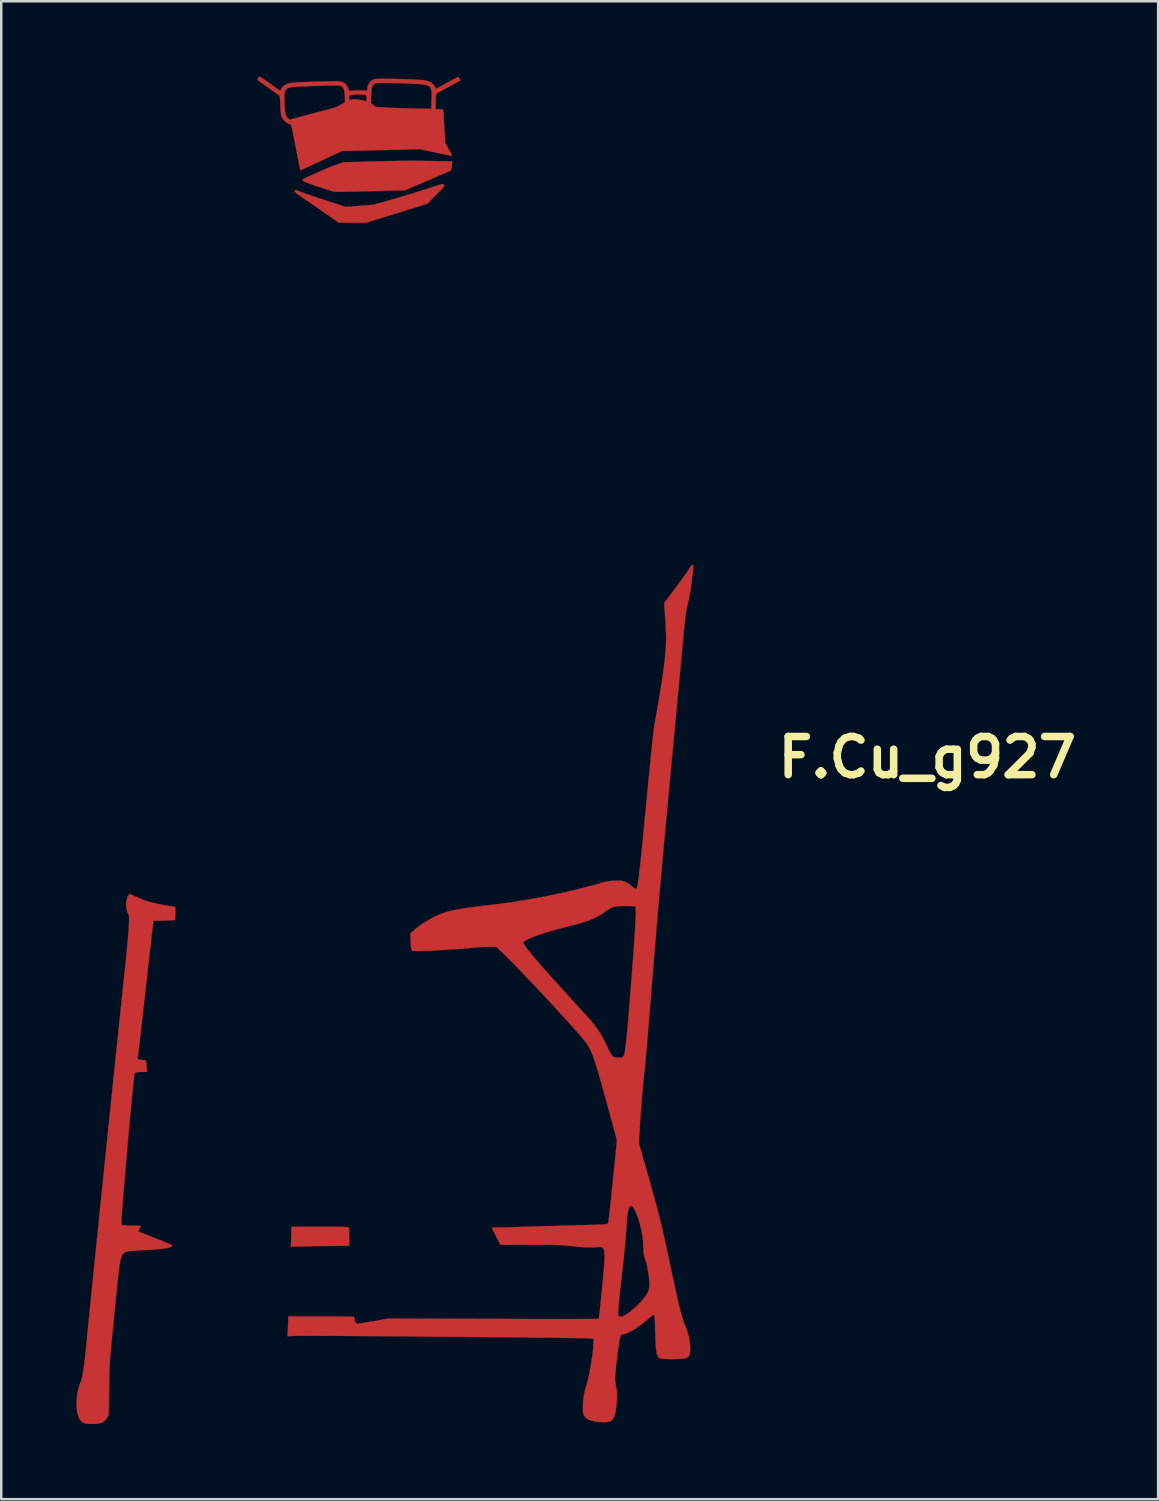
<source format=kicad_pcb>
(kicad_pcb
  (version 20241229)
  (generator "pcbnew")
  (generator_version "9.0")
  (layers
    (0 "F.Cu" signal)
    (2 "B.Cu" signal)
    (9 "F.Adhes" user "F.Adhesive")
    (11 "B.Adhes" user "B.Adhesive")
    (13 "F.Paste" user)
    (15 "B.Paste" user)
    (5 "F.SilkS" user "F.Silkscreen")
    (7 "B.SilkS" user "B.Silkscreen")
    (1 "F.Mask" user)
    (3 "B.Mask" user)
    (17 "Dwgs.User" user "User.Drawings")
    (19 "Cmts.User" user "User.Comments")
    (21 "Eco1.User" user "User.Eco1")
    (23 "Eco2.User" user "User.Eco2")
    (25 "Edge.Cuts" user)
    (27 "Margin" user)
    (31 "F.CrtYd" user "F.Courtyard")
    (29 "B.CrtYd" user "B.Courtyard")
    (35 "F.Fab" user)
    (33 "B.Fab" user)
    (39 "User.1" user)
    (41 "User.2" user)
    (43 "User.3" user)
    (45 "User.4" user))
  (footprint "F.Cu_g927"
    (layer "F.Cu")
    (at 33.957 27.176)
    (property "Reference" "F.Cu_g927" (at 0 0 0) (layer "F.SilkS") (effects (font (size 1.524 1.524) (thickness 0.3))))
    (attr through_hole)
    (fp_poly (pts (xy -23.987 18.733) (xy -23.776 18.733) (xy -23.6 18.734) (xy -23.457 18.735) (xy -23.343 18.737) (xy -23.254 18.739) (xy -23.189 18.742) (xy -23.142 18.746) (xy -23.112 18.751) (xy -23.094 18.757) (xy -23.086 18.764) (xy -23.085 18.766) (xy -23.08 18.798) (xy -23.076 18.864) (xy -23.074 18.956) (xy -23.072 19.068) (xy -23.072 19.147) (xy -23.072 19.494) (xy -23.407 19.494) (xy -23.506 19.495) (xy -23.641 19.496) (xy -23.803 19.498) (xy -23.986 19.5) (xy -24.182 19.502) (xy -24.383 19.505) (xy -24.574 19.509) (xy -25.407 19.523) (xy -25.393 19.376) (xy -25.387 19.293) (xy -25.383 19.183) (xy -25.38 19.064) (xy -25.379 18.981) (xy -25.379 18.733) (xy -24.238 18.733) (xy -23.987 18.733)) (stroke (width 0.01) (type solid)) (fill yes) (layer "F.Cu"))
    (fp_poly (pts (xy -19.316 -22.876) (xy -19.291 -22.846) (xy -19.282 -22.831) (xy -19.281 -22.813) (xy -19.29 -22.79) (xy -19.313 -22.757) (xy -19.353 -22.71) (xy -19.413 -22.646) (xy -19.497 -22.559) (xy -19.605 -22.448) (xy -19.95 -22.096) (xy -22.403 -21.336) (xy -22.944 -21.338) (xy -23.484 -21.339) (xy -24.109 -21.771) (xy -24.267 -21.881) (xy -24.426 -21.99) (xy -24.579 -22.096) (xy -24.721 -22.193) (xy -24.845 -22.278) (xy -24.945 -22.346) (xy -24.992 -22.378) (xy -25.108 -22.459) (xy -25.191 -22.523) (xy -25.239 -22.568) (xy -25.252 -22.591) (xy -25.237 -22.63) (xy -25.193 -22.64) (xy -25.123 -22.62) (xy -25.099 -22.609) (xy -25.023 -22.577) (xy -24.909 -22.533) (xy -24.757 -22.478) (xy -24.569 -22.413) (xy -24.346 -22.339) (xy -24.09 -22.254) (xy -23.806 -22.163) (xy -23.197 -21.967) (xy -22.655 -22.011) (xy -22.114 -22.055) (xy -21.603 -22.194) (xy -21.466 -22.233) (xy -21.297 -22.282) (xy -21.103 -22.339) (xy -20.893 -22.402) (xy -20.675 -22.469) (xy -20.457 -22.536) (xy -20.248 -22.602) (xy -20.225 -22.61) (xy -20.041 -22.668) (xy -19.87 -22.722) (xy -19.716 -22.771) (xy -19.582 -22.813) (xy -19.474 -22.847) (xy -19.394 -22.872) (xy -19.349 -22.886) (xy -19.339 -22.889) (xy -19.316 -22.876)) (stroke (width 0.01) (type solid)) (fill yes) (layer "F.Cu"))
    (fp_poly (pts (xy -20.398 -23.808) (xy -20.104 -23.805) (xy -19.889 -23.802) (xy -18.96 -23.786) (xy -18.974 -23.614) (xy -18.982 -23.533) (xy -18.992 -23.469) (xy -19.001 -23.432) (xy -19.003 -23.429) (xy -19.025 -23.418) (xy -19.082 -23.392) (xy -19.17 -23.353) (xy -19.286 -23.303) (xy -19.424 -23.242) (xy -19.582 -23.174) (xy -19.756 -23.099) (xy -19.928 -23.024) (xy -20.839 -22.634) (xy -21.823 -22.609) (xy -22.143 -22.6) (xy -22.423 -22.593) (xy -22.666 -22.587) (xy -22.875 -22.582) (xy -23.053 -22.578) (xy -23.203 -22.575) (xy -23.326 -22.573) (xy -23.427 -22.571) (xy -23.507 -22.571) (xy -23.569 -22.571) (xy -23.617 -22.572) (xy -23.652 -22.574) (xy -23.678 -22.577) (xy -23.698 -22.581) (xy -23.714 -22.585) (xy -23.728 -22.59) (xy -23.738 -22.594) (xy -23.785 -22.61) (xy -23.865 -22.635) (xy -23.969 -22.668) (xy -24.089 -22.705) (xy -24.215 -22.744) (xy -24.365 -22.791) (xy -24.509 -22.841) (xy -24.642 -22.89) (xy -24.758 -22.936) (xy -24.852 -22.977) (xy -24.919 -23.012) (xy -24.952 -23.037) (xy -24.955 -23.044) (xy -24.937 -23.06) (xy -24.884 -23.09) (xy -24.802 -23.132) (xy -24.697 -23.182) (xy -24.573 -23.24) (xy -24.436 -23.302) (xy -24.291 -23.366) (xy -24.143 -23.43) (xy -23.998 -23.492) (xy -23.859 -23.549) (xy -23.734 -23.599) (xy -23.626 -23.64) (xy -23.548 -23.668) (xy -23.294 -23.751) (xy -22.056 -23.784) (xy -21.672 -23.794) (xy -21.323 -23.801) (xy -20.999 -23.806) (xy -20.694 -23.808) (xy -20.398 -23.808)) (stroke (width 0.01) (type solid)) (fill yes) (layer "F.Cu"))
    (fp_poly (pts (xy -31.806 5.465) (xy -31.744 5.488) (xy -31.651 5.529) (xy -31.621 5.543) (xy -31.347 5.662) (xy -31.065 5.758) (xy -30.767 5.836) (xy -30.442 5.898) (xy -30.321 5.916) (xy -30.223 5.93) (xy -30.136 5.943) (xy -30.073 5.953) (xy -30.046 5.958) (xy -30.028 5.964) (xy -30.017 5.979) (xy -30.01 6.009) (xy -30.008 6.061) (xy -30.008 6.144) (xy -30.01 6.229) (xy -30.017 6.492) (xy -30.305 6.506) (xy -30.426 6.511) (xy -30.548 6.515) (xy -30.655 6.518) (xy -30.734 6.519) (xy -30.736 6.519) (xy -30.88 6.519) (xy -30.892 6.588) (xy -30.896 6.617) (xy -30.904 6.686) (xy -30.916 6.792) (xy -30.933 6.932) (xy -30.952 7.103) (xy -30.975 7.304) (xy -31.001 7.531) (xy -31.03 7.782) (xy -31.061 8.054) (xy -31.094 8.344) (xy -31.129 8.651) (xy -31.165 8.971) (xy -31.2 9.282) (xy -31.237 9.612) (xy -31.273 9.931) (xy -31.308 10.236) (xy -31.341 10.526) (xy -31.371 10.797) (xy -31.4 11.046) (xy -31.426 11.272) (xy -31.448 11.471) (xy -31.468 11.641) (xy -31.484 11.779) (xy -31.496 11.882) (xy -31.504 11.949) (xy -31.508 11.975) (xy -31.512 12.013) (xy -31.506 12.038) (xy -31.482 12.053) (xy -31.433 12.064) (xy -31.35 12.073) (xy -31.323 12.076) (xy -31.183 12.089) (xy -31.169 12.241) (xy -31.16 12.331) (xy -31.151 12.415) (xy -31.144 12.472) (xy -31.132 12.552) (xy -31.322 12.552) (xy -31.447 12.556) (xy -31.545 12.569) (xy -31.612 12.589) (xy -31.643 12.615) (xy -31.644 12.623) (xy -31.646 12.65) (xy -31.653 12.713) (xy -31.662 12.806) (xy -31.674 12.922) (xy -31.688 13.055) (xy -31.697 13.134) (xy -31.716 13.319) (xy -31.737 13.53) (xy -31.76 13.763) (xy -31.784 14.015) (xy -31.809 14.284) (xy -31.835 14.566) (xy -31.862 14.859) (xy -31.889 15.16) (xy -31.916 15.466) (xy -31.943 15.773) (xy -31.969 16.08) (xy -31.995 16.382) (xy -32.02 16.678) (xy -32.044 16.964) (xy -32.067 17.237) (xy -32.087 17.495) (xy -32.106 17.734) (xy -32.123 17.951) (xy -32.138 18.144) (xy -32.149 18.31) (xy -32.158 18.446) (xy -32.164 18.548) (xy -32.166 18.614) (xy -32.165 18.642) (xy -32.165 18.642) (xy -32.125 18.66) (xy -32.048 18.673) (xy -31.935 18.683) (xy -31.792 18.689) (xy -31.692 18.69) (xy -31.584 18.691) (xy -31.494 18.694) (xy -31.428 18.698) (xy -31.393 18.704) (xy -31.39 18.706) (xy -31.4 18.732) (xy -31.425 18.781) (xy -31.443 18.814) (xy -31.473 18.868) (xy -31.493 18.903) (xy -31.496 18.911) (xy -31.477 18.919) (xy -31.423 18.942) (xy -31.339 18.976) (xy -31.229 19.021) (xy -31.097 19.074) (xy -30.948 19.133) (xy -30.808 19.189) (xy -30.648 19.253) (xy -30.501 19.313) (xy -30.372 19.366) (xy -30.265 19.411) (xy -30.184 19.445) (xy -30.135 19.468) (xy -30.12 19.477) (xy -30.137 19.495) (xy -30.178 19.524) (xy -30.195 19.535) (xy -30.261 19.562) (xy -30.363 19.586) (xy -30.501 19.608) (xy -30.678 19.627) (xy -30.894 19.645) (xy -31.151 19.66) (xy -31.255 19.665) (xy -31.452 19.674) (xy -31.611 19.683) (xy -31.738 19.693) (xy -31.837 19.704) (xy -31.913 19.717) (xy -31.97 19.732) (xy -32.015 19.751) (xy -32.048 19.771) (xy -32.091 19.808) (xy -32.128 19.856) (xy -32.159 19.918) (xy -32.186 20.001) (xy -32.211 20.108) (xy -32.234 20.243) (xy -32.257 20.413) (xy -32.278 20.595) (xy -32.311 20.902) (xy -32.347 21.239) (xy -32.384 21.6) (xy -32.422 21.976) (xy -32.46 22.358) (xy -32.497 22.738) (xy -32.533 23.109) (xy -32.566 23.461) (xy -32.596 23.787) (xy -32.619 24.056) (xy -32.625 24.136) (xy -32.63 24.253) (xy -32.636 24.4) (xy -32.642 24.571) (xy -32.647 24.761) (xy -32.651 24.963) (xy -32.655 25.171) (xy -32.657 25.284) (xy -32.671 26.236) (xy -32.724 26.342) (xy -32.8 26.45) (xy -32.904 26.528) (xy -32.996 26.566) (xy -33.07 26.581) (xy -33.17 26.592) (xy -33.284 26.598) (xy -33.398 26.598) (xy -33.501 26.594) (xy -33.579 26.584) (xy -33.602 26.578) (xy -33.693 26.544) (xy -33.754 26.508) (xy -33.801 26.46) (xy -33.835 26.407) (xy -33.89 26.281) (xy -33.928 26.123) (xy -33.948 25.942) (xy -33.952 25.746) (xy -33.939 25.542) (xy -33.91 25.337) (xy -33.864 25.141) (xy -33.807 24.971) (xy -33.784 24.912) (xy -33.763 24.849) (xy -33.744 24.78) (xy -33.725 24.702) (xy -33.707 24.611) (xy -33.689 24.506) (xy -33.67 24.381) (xy -33.651 24.236) (xy -33.63 24.066) (xy -33.608 23.869) (xy -33.583 23.641) (xy -33.556 23.38) (xy -33.526 23.083) (xy -33.496 22.775) (xy -33.463 22.439) (xy -33.425 22.062) (xy -33.384 21.649) (xy -33.339 21.202) (xy -33.29 20.722) (xy -33.239 20.214) (xy -33.184 19.679) (xy -33.127 19.12) (xy -33.068 18.539) (xy -33.007 17.94) (xy -32.944 17.324) (xy -32.879 16.694) (xy -32.813 16.054) (xy -32.746 15.404) (xy -32.678 14.749) (xy -32.61 14.09) (xy -32.542 13.431) (xy -32.473 12.773) (xy -32.405 12.12) (xy -32.338 11.473) (xy -32.271 10.836) (xy -32.258 10.71) (xy -32.21 10.248) (xy -32.166 9.826) (xy -32.126 9.442) (xy -32.089 9.094) (xy -32.057 8.78) (xy -32.027 8.497) (xy -32.001 8.245) (xy -31.978 8.02) (xy -31.958 7.82) (xy -31.941 7.645) (xy -31.926 7.491) (xy -31.913 7.356) (xy -31.902 7.239) (xy -31.893 7.137) (xy -31.885 7.048) (xy -31.879 6.971) (xy -31.874 6.903) (xy -31.87 6.842) (xy -31.867 6.787) (xy -31.865 6.734) (xy -31.863 6.682) (xy -31.862 6.678) (xy -31.858 6.55) (xy -31.856 6.455) (xy -31.858 6.387) (xy -31.863 6.336) (xy -31.873 6.296) (xy -31.888 6.256) (xy -31.897 6.236) (xy -31.954 6.067) (xy -31.976 5.894) (xy -31.964 5.726) (xy -31.916 5.569) (xy -31.86 5.466) (xy -31.843 5.458) (xy -31.806 5.465)) (stroke (width 0.01) (type solid)) (fill yes) (layer "F.Cu"))
    (fp_poly (pts (xy -26.633 -27.162) (xy -26.581 -27.131) (xy -26.505 -27.082) (xy -26.411 -27.018) (xy -26.303 -26.943) (xy -26.248 -26.903) (xy -26.135 -26.822) (xy -26.033 -26.75) (xy -25.948 -26.69) (xy -25.883 -26.645) (xy -25.845 -26.62) (xy -25.838 -26.616) (xy -25.815 -26.628) (xy -25.786 -26.669) (xy -25.773 -26.693) (xy -25.714 -26.78) (xy -25.624 -26.846) (xy -25.499 -26.894) (xy -25.42 -26.912) (xy -25.362 -26.919) (xy -25.268 -26.927) (xy -25.143 -26.935) (xy -24.994 -26.944) (xy -24.827 -26.952) (xy -24.647 -26.96) (xy -24.46 -26.967) (xy -24.274 -26.973) (xy -24.092 -26.978) (xy -23.922 -26.982) (xy -23.77 -26.985) (xy -23.641 -26.986) (xy -23.542 -26.985) (xy -23.483 -26.982) (xy -23.374 -26.966) (xy -23.29 -26.933) (xy -23.264 -26.917) (xy -23.2 -26.859) (xy -23.145 -26.781) (xy -23.106 -26.698) (xy -23.093 -26.632) (xy -23.088 -26.602) (xy -23.065 -26.595) (xy -23.024 -26.602) (xy -22.978 -26.607) (xy -22.9 -26.612) (xy -22.799 -26.615) (xy -22.685 -26.617) (xy -22.654 -26.617) (xy -22.352 -26.617) (xy -22.352 -26.67) (xy -22.333 -26.792) (xy -22.28 -26.903) (xy -22.199 -26.994) (xy -22.099 -27.057) (xy -22.055 -27.072) (xy -22.012 -27.078) (xy -21.932 -27.081) (xy -21.821 -27.083) (xy -21.684 -27.083) (xy -21.527 -27.082) (xy -21.356 -27.08) (xy -21.175 -27.076) (xy -20.992 -27.072) (xy -20.81 -27.066) (xy -20.637 -27.06) (xy -20.477 -27.053) (xy -20.335 -27.046) (xy -20.218 -27.038) (xy -20.131 -27.03) (xy -20.108 -27.027) (xy -19.94 -26.992) (xy -19.808 -26.937) (xy -19.713 -26.862) (xy -19.651 -26.767) (xy -19.642 -26.742) (xy -19.62 -26.675) (xy -19.182 -26.916) (xy -19.057 -26.984) (xy -18.944 -27.044) (xy -18.849 -27.094) (xy -18.776 -27.131) (xy -18.732 -27.153) (xy -18.721 -27.157) (xy -18.697 -27.139) (xy -18.67 -27.097) (xy -18.665 -27.088) (xy -18.632 -27.019) (xy -19.114 -26.755) (xy -19.596 -26.492) (xy -19.608 -26.385) (xy -19.614 -26.315) (xy -19.619 -26.219) (xy -19.621 -26.114) (xy -19.621 -26.072) (xy -19.622 -25.866) (xy -19.328 -25.866) (xy -19.317 -25.776) (xy -19.312 -25.731) (xy -19.306 -25.65) (xy -19.299 -25.541) (xy -19.29 -25.408) (xy -19.281 -25.26) (xy -19.272 -25.105) (xy -19.24 -24.525) (xy -19.093 -24.269) (xy -19.033 -24.16) (xy -18.992 -24.079) (xy -18.971 -24.027) (xy -18.973 -24.008) (xy -18.999 -24.01) (xy -19.062 -24.021) (xy -19.155 -24.04) (xy -19.274 -24.064) (xy -19.412 -24.093) (xy -19.564 -24.126) (xy -19.612 -24.136) (xy -20.225 -24.271) (xy -21.791 -24.235) (xy -23.358 -24.2) (xy -24.18 -23.816) (xy -24.354 -23.735) (xy -24.516 -23.659) (xy -24.662 -23.592) (xy -24.788 -23.533) (xy -24.891 -23.487) (xy -24.965 -23.453) (xy -25.008 -23.435) (xy -25.016 -23.431) (xy -25.023 -23.452) (xy -25.037 -23.509) (xy -25.057 -23.599) (xy -25.082 -23.717) (xy -25.11 -23.859) (xy -25.142 -24.02) (xy -25.177 -24.196) (xy -25.185 -24.241) (xy -25.221 -24.425) (xy -25.254 -24.599) (xy -25.285 -24.758) (xy -25.312 -24.897) (xy -25.334 -25.012) (xy -25.35 -25.095) (xy -25.36 -25.143) (xy -25.361 -25.147) (xy -25.378 -25.21) (xy -25.404 -25.246) (xy -25.448 -25.269) (xy -25.451 -25.27) (xy -25.578 -25.335) (xy -25.682 -25.429) (xy -25.752 -25.537) (xy -25.771 -25.583) (xy -25.785 -25.63) (xy -25.796 -25.686) (xy -25.804 -25.759) (xy -25.811 -25.857) (xy -25.818 -25.987) (xy -25.819 -26.021) (xy -25.825 -26.142) (xy -25.831 -26.247) (xy -25.832 -26.257) (xy -25.657 -26.257) (xy -25.654 -26.068) (xy -25.647 -25.916) (xy -25.637 -25.796) (xy -25.622 -25.703) (xy -25.602 -25.631) (xy -25.574 -25.575) (xy -25.539 -25.53) (xy -25.518 -25.51) (xy -25.447 -25.448) (xy -25.111 -25.541) (xy -24.997 -25.572) (xy -24.851 -25.611) (xy -24.684 -25.656) (xy -24.506 -25.702) (xy -24.327 -25.749) (xy -24.194 -25.783) (xy -24.038 -25.824) (xy -23.893 -25.864) (xy -23.762 -25.901) (xy -23.654 -25.934) (xy -23.574 -25.961) (xy -23.529 -25.979) (xy -23.527 -25.98) (xy -23.457 -26.02) (xy -23.376 -26.068) (xy -23.34 -26.09) (xy -23.284 -26.124) (xy -22.21 -26.124) (xy -22.13 -26.053) (xy -22.076 -26.007) (xy -22.031 -25.972) (xy -22.016 -25.962) (xy -21.988 -25.957) (xy -21.923 -25.952) (xy -21.825 -25.945) (xy -21.699 -25.939) (xy -21.55 -25.932) (xy -21.382 -25.925) (xy -21.201 -25.918) (xy -21.012 -25.912) (xy -20.818 -25.906) (xy -20.625 -25.9) (xy -20.438 -25.896) (xy -20.262 -25.892) (xy -20.1 -25.89) (xy -20.096 -25.89) (xy -19.797 -25.887) (xy -19.785 -26.225) (xy -19.78 -26.387) (xy -19.782 -26.513) (xy -19.79 -26.608) (xy -19.806 -26.679) (xy -19.831 -26.731) (xy -19.867 -26.77) (xy -19.892 -26.789) (xy -19.927 -26.809) (xy -19.973 -26.826) (xy -20.034 -26.84) (xy -20.113 -26.853) (xy -20.213 -26.864) (xy -20.338 -26.873) (xy -20.491 -26.882) (xy -20.677 -26.89) (xy -20.899 -26.897) (xy -21.124 -26.904) (xy -21.341 -26.91) (xy -21.519 -26.914) (xy -21.663 -26.917) (xy -21.777 -26.917) (xy -21.864 -26.916) (xy -21.93 -26.913) (xy -21.978 -26.909) (xy -22.012 -26.902) (xy -22.024 -26.899) (xy -22.077 -26.876) (xy -22.117 -26.843) (xy -22.146 -26.793) (xy -22.167 -26.721) (xy -22.182 -26.621) (xy -22.192 -26.487) (xy -22.195 -26.423) (xy -22.21 -26.124) (xy -23.284 -26.124) (xy -23.238 -26.151) (xy -23.248 -26.388) (xy -23.25 -26.412) (xy -23.072 -26.412) (xy -23.072 -26.228) (xy -23.003 -26.248) (xy -22.89 -26.265) (xy -22.749 -26.259) (xy -22.585 -26.231) (xy -22.564 -26.226) (xy -22.486 -26.208) (xy -22.424 -26.194) (xy -22.39 -26.186) (xy -22.388 -26.186) (xy -22.38 -26.203) (xy -22.376 -26.252) (xy -22.377 -26.304) (xy -22.383 -26.374) (xy -22.394 -26.412) (xy -22.415 -26.432) (xy -22.437 -26.439) (xy -22.499 -26.449) (xy -22.59 -26.455) (xy -22.696 -26.456) (xy -22.804 -26.452) (xy -22.9 -26.445) (xy -22.965 -26.435) (xy -23.072 -26.412) (xy -23.25 -26.412) (xy -23.257 -26.519) (xy -23.27 -26.615) (xy -23.292 -26.685) (xy -23.324 -26.734) (xy -23.369 -26.773) (xy -23.387 -26.784) (xy -23.406 -26.794) (xy -23.426 -26.802) (xy -23.451 -26.809) (xy -23.486 -26.813) (xy -23.535 -26.816) (xy -23.602 -26.817) (xy -23.69 -26.817) (xy -23.804 -26.814) (xy -23.948 -26.811) (xy -24.126 -26.806) (xy -24.342 -26.799) (xy -24.35 -26.799) (xy -24.545 -26.793) (xy -24.731 -26.786) (xy -24.903 -26.779) (xy -25.055 -26.772) (xy -25.182 -26.765) (xy -25.28 -26.759) (xy -25.342 -26.753) (xy -25.357 -26.751) (xy -25.461 -26.727) (xy -25.539 -26.697) (xy -25.593 -26.653) (xy -25.629 -26.59) (xy -25.649 -26.501) (xy -25.657 -26.382) (xy -25.657 -26.257) (xy -25.832 -26.257) (xy -25.837 -26.33) (xy -25.842 -26.383) (xy -25.845 -26.401) (xy -25.864 -26.415) (xy -25.913 -26.45) (xy -25.987 -26.503) (xy -26.081 -26.57) (xy -26.19 -26.648) (xy -26.278 -26.711) (xy -26.396 -26.796) (xy -26.503 -26.873) (xy -26.594 -26.939) (xy -26.664 -26.989) (xy -26.708 -27.022) (xy -26.721 -27.032) (xy -26.726 -27.061) (xy -26.711 -27.105) (xy -26.685 -27.148) (xy -26.657 -27.171) (xy -26.633 -27.162)) (stroke (width 0.01) (type solid)) (fill yes) (layer "F.Cu"))
    (fp_poly (pts (xy -9.358 -7.676) (xy -9.342 -7.651) (xy -9.339 -7.616) (xy -9.341 -7.551) (xy -9.348 -7.467) (xy -9.353 -7.423) (xy -9.364 -7.333) (xy -9.379 -7.214) (xy -9.396 -7.077) (xy -9.413 -6.937) (xy -9.421 -6.869) (xy -9.442 -6.722) (xy -9.468 -6.563) (xy -9.497 -6.409) (xy -9.526 -6.275) (xy -9.536 -6.234) (xy -9.569 -6.1) (xy -9.597 -5.97) (xy -9.621 -5.837) (xy -9.644 -5.692) (xy -9.665 -5.53) (xy -9.685 -5.342) (xy -9.707 -5.122) (xy -9.716 -5.027) (xy -9.723 -4.95) (xy -9.733 -4.833) (xy -9.748 -4.68) (xy -9.765 -4.492) (xy -9.786 -4.274) (xy -9.809 -4.027) (xy -9.834 -3.755) (xy -9.862 -3.46) (xy -9.892 -3.144) (xy -9.923 -2.812) (xy -9.956 -2.464) (xy -9.99 -2.105) (xy -10.024 -1.737) (xy -10.06 -1.363) (xy -10.065 -1.302) (xy -10.129 -0.628) (xy -10.189 0.006) (xy -10.245 0.602) (xy -10.297 1.164) (xy -10.347 1.693) (xy -10.393 2.191) (xy -10.437 2.662) (xy -10.478 3.107) (xy -10.517 3.529) (xy -10.554 3.929) (xy -10.588 4.312) (xy -10.622 4.678) (xy -10.653 5.031) (xy -10.683 5.372) (xy -10.712 5.704) (xy -10.741 6.03) (xy -10.768 6.351) (xy -10.796 6.67) (xy -10.823 6.99) (xy -10.849 7.313) (xy -10.877 7.64) (xy -10.904 7.976) (xy -10.932 8.321) (xy -10.961 8.678) (xy -10.991 9.05) (xy -10.996 9.112) (xy -11.032 9.557) (xy -11.065 9.961) (xy -11.095 10.328) (xy -11.122 10.661) (xy -11.147 10.962) (xy -11.17 11.232) (xy -11.19 11.476) (xy -11.209 11.695) (xy -11.227 11.892) (xy -11.243 12.069) (xy -11.258 12.23) (xy -11.273 12.375) (xy -11.286 12.509) (xy -11.299 12.633) (xy -11.303 12.668) (xy -11.332 12.944) (xy -11.361 13.257) (xy -11.391 13.603) (xy -11.42 13.976) (xy -11.449 14.372) (xy -11.473 14.725) (xy -11.516 15.386) (xy -11.368 15.9) (xy -11.255 16.296) (xy -11.153 16.655) (xy -11.061 16.982) (xy -10.977 17.281) (xy -10.901 17.556) (xy -10.832 17.811) (xy -10.768 18.051) (xy -10.709 18.279) (xy -10.654 18.501) (xy -10.601 18.719) (xy -10.549 18.939) (xy -10.498 19.164) (xy -10.445 19.398) (xy -10.391 19.647) (xy -10.334 19.913) (xy -10.274 20.202) (xy -10.255 20.288) (xy -10.177 20.658) (xy -10.106 20.989) (xy -10.042 21.283) (xy -9.983 21.543) (xy -9.93 21.772) (xy -9.881 21.972) (xy -9.836 22.145) (xy -9.795 22.295) (xy -9.756 22.424) (xy -9.719 22.533) (xy -9.683 22.627) (xy -9.656 22.691) (xy -9.574 22.907) (xy -9.512 23.142) (xy -9.474 23.381) (xy -9.463 23.609) (xy -9.464 23.649) (xy -9.471 23.748) (xy -9.486 23.828) (xy -9.512 23.889) (xy -9.555 23.935) (xy -9.618 23.968) (xy -9.705 23.99) (xy -9.823 24.003) (xy -9.974 24.009) (xy -10.16 24.012) (xy -10.327 24.012) (xy -10.458 24.009) (xy -10.557 24.003) (xy -10.629 23.992) (xy -10.681 23.975) (xy -10.718 23.951) (xy -10.744 23.919) (xy -10.763 23.884) (xy -10.783 23.836) (xy -10.799 23.778) (xy -10.813 23.708) (xy -10.824 23.619) (xy -10.834 23.507) (xy -10.842 23.368) (xy -10.849 23.196) (xy -10.856 22.988) (xy -10.857 22.945) (xy -10.862 22.785) (xy -10.867 22.638) (xy -10.873 22.508) (xy -10.879 22.403) (xy -10.884 22.328) (xy -10.889 22.287) (xy -10.89 22.283) (xy -10.915 22.252) (xy -10.931 22.246) (xy -10.955 22.259) (xy -11.005 22.296) (xy -11.073 22.351) (xy -11.152 22.418) (xy -11.177 22.44) (xy -11.354 22.587) (xy -11.53 22.718) (xy -11.7 22.83) (xy -11.858 22.92) (xy -12 22.984) (xy -12.12 23.02) (xy -12.131 23.022) (xy -12.192 23.037) (xy -12.228 23.067) (xy -12.246 23.102) (xy -12.262 23.156) (xy -12.281 23.248) (xy -12.303 23.373) (xy -12.327 23.527) (xy -12.352 23.705) (xy -12.377 23.903) (xy -12.401 24.109) (xy -12.423 24.3) (xy -12.439 24.456) (xy -12.451 24.582) (xy -12.458 24.685) (xy -12.461 24.77) (xy -12.459 24.844) (xy -12.453 24.913) (xy -12.443 24.983) (xy -12.429 25.06) (xy -12.424 25.084) (xy -12.404 25.194) (xy -12.392 25.286) (xy -12.386 25.377) (xy -12.385 25.479) (xy -12.39 25.608) (xy -12.39 25.622) (xy -12.407 25.864) (xy -12.433 26.065) (xy -12.468 26.227) (xy -12.514 26.35) (xy -12.571 26.437) (xy -12.626 26.482) (xy -12.711 26.513) (xy -12.827 26.529) (xy -12.977 26.529) (xy -13.1 26.52) (xy -13.285 26.496) (xy -13.433 26.461) (xy -13.548 26.413) (xy -13.634 26.351) (xy -13.696 26.271) (xy -13.704 26.257) (xy -13.723 26.215) (xy -13.735 26.17) (xy -13.743 26.112) (xy -13.746 26.031) (xy -13.746 25.918) (xy -13.746 25.908) (xy -13.738 25.694) (xy -13.713 25.49) (xy -13.669 25.281) (xy -13.603 25.053) (xy -13.599 25.04) (xy -13.567 24.927) (xy -13.533 24.791) (xy -13.5 24.637) (xy -13.467 24.469) (xy -13.435 24.294) (xy -13.406 24.116) (xy -13.379 23.94) (xy -13.357 23.771) (xy -13.338 23.615) (xy -13.325 23.477) (xy -13.317 23.361) (xy -13.316 23.272) (xy -13.323 23.217) (xy -13.332 23.201) (xy -13.35 23.197) (xy -13.394 23.193) (xy -13.464 23.19) (xy -13.562 23.186) (xy -13.689 23.182) (xy -13.845 23.179) (xy -14.032 23.175) (xy -14.252 23.171) (xy -14.504 23.167) (xy -14.79 23.163) (xy -15.112 23.159) (xy -15.47 23.155) (xy -15.866 23.151) (xy -16.3 23.147) (xy -16.774 23.142) (xy -17.288 23.137) (xy -17.537 23.135) (xy -18.286 23.128) (xy -18.994 23.122) (xy -19.661 23.116) (xy -20.287 23.111) (xy -20.873 23.106) (xy -21.42 23.102) (xy -21.928 23.098) (xy -22.398 23.095) (xy -22.83 23.092) (xy -23.225 23.089) (xy -23.584 23.087) (xy -23.906 23.085) (xy -24.194 23.084) (xy -24.446 23.083) (xy -24.665 23.082) (xy -24.85 23.082) (xy -25.002 23.083) (xy -25.122 23.084) (xy -25.21 23.085) (xy -25.266 23.086) (xy -25.271 23.087) (xy -25.534 23.099) (xy -25.52 22.839) (xy -25.514 22.722) (xy -25.51 22.606) (xy -25.507 22.506) (xy -25.506 22.444) (xy -25.506 22.31) (xy -24.216 22.31) (xy -23.986 22.31) (xy -23.768 22.31) (xy -23.565 22.311) (xy -23.382 22.313) (xy -23.223 22.314) (xy -23.09 22.316) (xy -22.989 22.318) (xy -22.922 22.32) (xy -22.894 22.322) (xy -22.893 22.323) (xy -22.87 22.349) (xy -22.86 22.409) (xy -22.86 22.428) (xy -22.847 22.51) (xy -22.811 22.572) (xy -22.759 22.603) (xy -22.738 22.606) (xy -22.709 22.602) (xy -22.643 22.592) (xy -22.546 22.577) (xy -22.425 22.556) (xy -22.285 22.532) (xy -22.131 22.506) (xy -22.098 22.5) (xy -21.495 22.394) (xy -17.312 22.408) (xy -16.754 22.41) (xy -16.235 22.411) (xy -15.755 22.413) (xy -15.313 22.413) (xy -14.912 22.414) (xy -14.55 22.414) (xy -14.228 22.414) (xy -13.946 22.413) (xy -13.705 22.412) (xy -13.505 22.411) (xy -13.346 22.409) (xy -13.229 22.407) (xy -13.153 22.405) (xy -13.119 22.402) (xy -13.117 22.402) (xy -13.11 22.373) (xy -13.1 22.306) (xy -13.087 22.207) (xy -13.082 22.164) (xy -12.337 22.164) (xy -12.336 22.226) (xy -12.33 22.27) (xy -12.321 22.297) (xy -12.315 22.305) (xy -12.262 22.329) (xy -12.188 22.319) (xy -12.094 22.278) (xy -12.088 22.274) (xy -11.895 22.146) (xy -11.698 21.987) (xy -11.507 21.805) (xy -11.333 21.609) (xy -11.318 21.59) (xy -11.227 21.471) (xy -11.164 21.37) (xy -11.123 21.277) (xy -11.1 21.181) (xy -11.092 21.072) (xy -11.092 21.04) (xy -11.099 20.866) (xy -11.121 20.668) (xy -11.154 20.459) (xy -11.195 20.254) (xy -11.244 20.065) (xy -11.292 19.918) (xy -11.309 19.857) (xy -11.321 19.772) (xy -11.33 19.658) (xy -11.335 19.513) (xy -11.345 19.307) (xy -11.365 19.121) (xy -11.397 18.936) (xy -11.438 18.754) (xy -11.485 18.576) (xy -11.536 18.407) (xy -11.59 18.255) (xy -11.643 18.124) (xy -11.695 18.02) (xy -11.742 17.948) (xy -11.769 17.922) (xy -11.814 17.902) (xy -11.854 17.91) (xy -11.888 17.948) (xy -11.918 18.018) (xy -11.944 18.121) (xy -11.966 18.261) (xy -11.986 18.437) (xy -12.002 18.654) (xy -12.012 18.807) (xy -12.023 18.98) (xy -12.04 19.19) (xy -12.061 19.433) (xy -12.088 19.705) (xy -12.118 19.999) (xy -12.152 20.313) (xy -12.189 20.64) (xy -12.193 20.669) (xy -12.228 20.976) (xy -12.258 21.244) (xy -12.283 21.475) (xy -12.303 21.671) (xy -12.318 21.835) (xy -12.329 21.971) (xy -12.335 22.079) (xy -12.337 22.164) (xy -13.082 22.164) (xy -13.072 22.08) (xy -13.055 21.929) (xy -13.036 21.759) (xy -13.017 21.575) (xy -12.997 21.381) (xy -12.978 21.182) (xy -12.959 20.983) (xy -12.941 20.789) (xy -12.925 20.604) (xy -12.91 20.432) (xy -12.898 20.279) (xy -12.891 20.181) (xy -12.882 19.984) (xy -12.884 19.826) (xy -12.896 19.705) (xy -12.92 19.62) (xy -12.947 19.575) (xy -12.964 19.56) (xy -12.987 19.549) (xy -13.023 19.543) (xy -13.079 19.542) (xy -13.162 19.544) (xy -13.279 19.548) (xy -13.291 19.549) (xy -13.533 19.553) (xy -13.769 19.543) (xy -13.917 19.529) (xy -14.101 19.51) (xy -14.269 19.495) (xy -14.426 19.482) (xy -14.578 19.471) (xy -14.731 19.463) (xy -14.892 19.457) (xy -15.066 19.453) (xy -15.26 19.451) (xy -15.479 19.45) (xy -15.73 19.45) (xy -15.952 19.45) (xy -17.034 19.455) (xy -17.206 19.124) (xy -17.262 19.015) (xy -17.31 18.919) (xy -17.347 18.842) (xy -17.371 18.79) (xy -17.378 18.771) (xy -17.358 18.761) (xy -17.303 18.757) (xy -17.235 18.759) (xy -17.171 18.76) (xy -17.073 18.76) (xy -16.951 18.759) (xy -16.811 18.756) (xy -16.664 18.751) (xy -16.616 18.75) (xy -16.514 18.746) (xy -16.375 18.742) (xy -16.203 18.736) (xy -16.003 18.73) (xy -15.78 18.724) (xy -15.538 18.717) (xy -15.282 18.709) (xy -15.017 18.702) (xy -14.748 18.695) (xy -14.563 18.69) (xy -14.305 18.683) (xy -14.057 18.676) (xy -13.822 18.669) (xy -13.605 18.662) (xy -13.409 18.656) (xy -13.237 18.65) (xy -13.092 18.645) (xy -12.98 18.641) (xy -12.903 18.637) (xy -12.866 18.634) (xy -12.795 18.624) (xy -12.755 18.61) (xy -12.737 18.586) (xy -12.735 18.576) (xy -12.727 18.534) (xy -12.716 18.452) (xy -12.701 18.332) (xy -12.684 18.177) (xy -12.663 17.99) (xy -12.639 17.772) (xy -12.613 17.527) (xy -12.585 17.256) (xy -12.555 16.962) (xy -12.523 16.647) (xy -12.501 16.428) (xy -12.386 15.276) (xy -12.721 14.046) (xy -12.821 13.683) (xy -12.91 13.358) (xy -12.99 13.068) (xy -13.063 12.811) (xy -13.128 12.584) (xy -13.188 12.384) (xy -13.243 12.209) (xy -13.293 12.056) (xy -13.342 11.922) (xy -13.388 11.805) (xy -13.434 11.702) (xy -13.48 11.61) (xy -13.527 11.526) (xy -13.577 11.448) (xy -13.63 11.373) (xy -13.688 11.299) (xy -13.751 11.222) (xy -13.821 11.14) (xy -13.843 11.114) (xy -14.002 10.931) (xy -14.182 10.729) (xy -14.378 10.51) (xy -14.588 10.278) (xy -14.809 10.037) (xy -15.038 9.789) (xy -15.27 9.539) (xy -15.503 9.29) (xy -15.734 9.046) (xy -15.959 8.809) (xy -16.175 8.584) (xy -16.378 8.373) (xy -16.566 8.181) (xy -16.735 8.011) (xy -16.882 7.867) (xy -16.983 7.77) (xy -17.21 7.556) (xy -17.453 7.556) (xy -17.552 7.559) (xy -17.682 7.565) (xy -17.83 7.574) (xy -17.987 7.585) (xy -18.14 7.598) (xy -18.146 7.599) (xy -18.349 7.617) (xy -18.57 7.634) (xy -18.804 7.652) (xy -19.043 7.668) (xy -19.28 7.683) (xy -19.51 7.697) (xy -19.726 7.708) (xy -19.921 7.717) (xy -20.088 7.723) (xy -20.221 7.726) (xy -20.247 7.726) (xy -20.555 7.726) (xy -20.584 7.657) (xy -20.598 7.601) (xy -20.609 7.509) (xy -20.616 7.398) (xy -16.129 7.398) (xy -16.115 7.431) (xy -16.076 7.492) (xy -16.013 7.577) (xy -15.929 7.685) (xy -15.828 7.811) (xy -15.712 7.953) (xy -15.583 8.107) (xy -15.444 8.269) (xy -15.297 8.438) (xy -15.146 8.609) (xy -14.993 8.78) (xy -14.841 8.948) (xy -14.817 8.974) (xy -14.72 9.079) (xy -14.605 9.206) (xy -14.479 9.344) (xy -14.353 9.485) (xy -14.234 9.617) (xy -14.211 9.643) (xy -14.101 9.765) (xy -13.987 9.891) (xy -13.876 10.013) (xy -13.776 10.122) (xy -13.694 10.211) (xy -13.671 10.235) (xy -13.545 10.37) (xy -13.443 10.484) (xy -13.357 10.585) (xy -13.281 10.682) (xy -13.207 10.783) (xy -13.137 10.885) (xy -13.072 10.982) (xy -13.018 11.068) (xy -12.969 11.152) (xy -12.92 11.243) (xy -12.866 11.35) (xy -12.803 11.483) (xy -12.77 11.555) (xy -12.698 11.703) (xy -12.636 11.814) (xy -12.582 11.892) (xy -12.534 11.941) (xy -12.502 11.959) (xy -12.458 11.969) (xy -12.387 11.976) (xy -12.314 11.979) (xy -12.228 11.977) (xy -12.173 11.967) (xy -12.138 11.947) (xy -12.132 11.942) (xy -12.116 11.918) (xy -12.101 11.878) (xy -12.085 11.819) (xy -12.07 11.739) (xy -12.054 11.636) (xy -12.037 11.507) (xy -12.019 11.351) (xy -11.999 11.165) (xy -11.978 10.947) (xy -11.956 10.694) (xy -11.931 10.405) (xy -11.904 10.078) (xy -11.886 9.853) (xy -11.846 9.347) (xy -11.809 8.882) (xy -11.777 8.457) (xy -11.747 8.07) (xy -11.722 7.721) (xy -11.7 7.408) (xy -11.681 7.13) (xy -11.665 6.885) (xy -11.653 6.674) (xy -11.644 6.493) (xy -11.638 6.343) (xy -11.635 6.222) (xy -11.635 6.129) (xy -11.638 6.063) (xy -11.639 6.043) (xy -11.652 5.937) (xy -11.938 5.931) (xy -12.123 5.931) (xy -12.289 5.938) (xy -12.431 5.953) (xy -12.542 5.975) (xy -12.614 6) (xy -12.657 6.025) (xy -12.723 6.069) (xy -12.805 6.124) (xy -12.873 6.172) (xy -13.019 6.269) (xy -13.168 6.355) (xy -13.329 6.433) (xy -13.506 6.505) (xy -13.706 6.574) (xy -13.934 6.641) (xy -14.197 6.71) (xy -14.277 6.73) (xy -14.55 6.799) (xy -14.812 6.87) (xy -15.058 6.941) (xy -15.285 7.011) (xy -15.492 7.08) (xy -15.675 7.146) (xy -15.831 7.208) (xy -15.958 7.266) (xy -16.051 7.317) (xy -16.109 7.362) (xy -16.129 7.398) (xy -20.616 7.398) (xy -20.617 7.388) (xy -20.62 7.304) (xy -20.627 7.02) (xy -20.447 6.863) (xy -20.289 6.737) (xy -20.105 6.611) (xy -19.905 6.489) (xy -19.7 6.377) (xy -19.499 6.281) (xy -19.311 6.206) (xy -19.209 6.173) (xy -19.041 6.13) (xy -18.842 6.088) (xy -18.611 6.046) (xy -18.346 6.004) (xy -18.044 5.962) (xy -17.703 5.919) (xy -17.322 5.875) (xy -17.314 5.874) (xy -16.906 5.824) (xy -16.471 5.761) (xy -16.017 5.688) (xy -15.553 5.605) (xy -15.086 5.514) (xy -14.625 5.418) (xy -14.176 5.316) (xy -13.75 5.212) (xy -13.352 5.107) (xy -13.123 5.041) (xy -12.984 5.001) (xy -12.874 4.971) (xy -12.78 4.951) (xy -12.692 4.938) (xy -12.597 4.928) (xy -12.505 4.922) (xy -12.353 4.917) (xy -12.233 4.92) (xy -12.134 4.937) (xy -12.046 4.969) (xy -11.957 5.019) (xy -11.857 5.092) (xy -11.817 5.124) (xy -11.735 5.188) (xy -11.68 5.228) (xy -11.644 5.248) (xy -11.622 5.25) (xy -11.607 5.239) (xy -11.607 5.238) (xy -11.597 5.221) (xy -11.587 5.196) (xy -11.577 5.161) (xy -11.566 5.114) (xy -11.555 5.053) (xy -11.543 4.977) (xy -11.529 4.884) (xy -11.514 4.773) (xy -11.498 4.64) (xy -11.48 4.486) (xy -11.461 4.308) (xy -11.439 4.104) (xy -11.415 3.872) (xy -11.388 3.611) (xy -11.359 3.32) (xy -11.327 2.995) (xy -11.292 2.637) (xy -11.254 2.242) (xy -11.212 1.809) (xy -11.167 1.337) (xy -11.145 1.111) (xy -11.109 0.74) (xy -11.077 0.407) (xy -11.048 0.112) (xy -11.022 -0.15) (xy -10.998 -0.381) (xy -10.977 -0.583) (xy -10.957 -0.759) (xy -10.939 -0.913) (xy -10.923 -1.047) (xy -10.907 -1.163) (xy -10.893 -1.264) (xy -10.878 -1.354) (xy -10.869 -1.408) (xy -10.798 -1.815) (xy -10.734 -2.184) (xy -10.677 -2.518) (xy -10.628 -2.821) (xy -10.585 -3.095) (xy -10.549 -3.344) (xy -10.518 -3.572) (xy -10.492 -3.781) (xy -10.471 -3.974) (xy -10.453 -4.156) (xy -10.44 -4.329) (xy -10.435 -4.403) (xy -10.429 -4.517) (xy -10.425 -4.623) (xy -10.423 -4.728) (xy -10.424 -4.84) (xy -10.428 -4.966) (xy -10.435 -5.113) (xy -10.444 -5.288) (xy -10.455 -5.469) (xy -10.498 -6.164) (xy -9.995 -6.834) (xy -9.883 -6.985) (xy -9.777 -7.128) (xy -9.682 -7.26) (xy -9.599 -7.377) (xy -9.533 -7.473) (xy -9.485 -7.545) (xy -9.46 -7.588) (xy -9.457 -7.594) (xy -9.425 -7.654) (xy -9.39 -7.682) (xy -9.358 -7.676)) (stroke (width 0.01) (type solid)) (fill yes) (layer "F.Cu")))
  (gr_rect
    (start -3 -3)
    (end 43.169 56.78)
    (stroke (width 0.1) (type default))
    (fill no)
    (layer "Edge.Cuts")))
</source>
